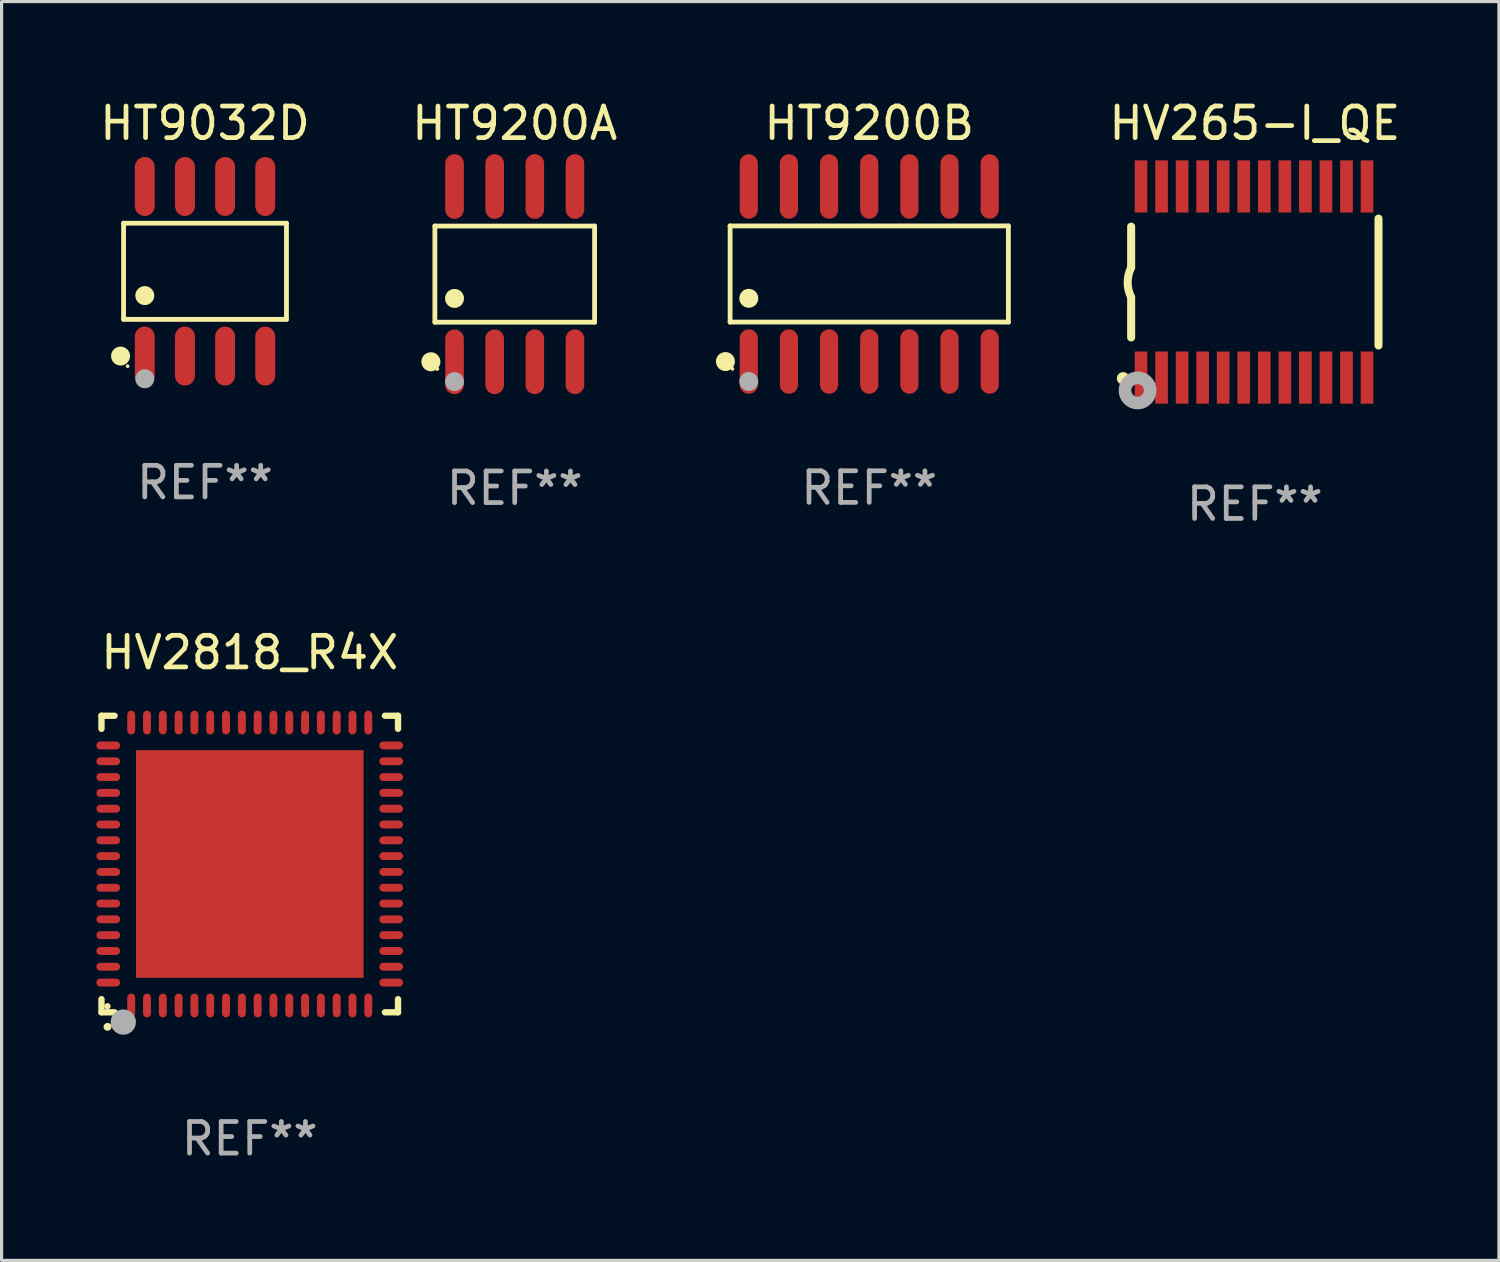
<source format=kicad_pcb>
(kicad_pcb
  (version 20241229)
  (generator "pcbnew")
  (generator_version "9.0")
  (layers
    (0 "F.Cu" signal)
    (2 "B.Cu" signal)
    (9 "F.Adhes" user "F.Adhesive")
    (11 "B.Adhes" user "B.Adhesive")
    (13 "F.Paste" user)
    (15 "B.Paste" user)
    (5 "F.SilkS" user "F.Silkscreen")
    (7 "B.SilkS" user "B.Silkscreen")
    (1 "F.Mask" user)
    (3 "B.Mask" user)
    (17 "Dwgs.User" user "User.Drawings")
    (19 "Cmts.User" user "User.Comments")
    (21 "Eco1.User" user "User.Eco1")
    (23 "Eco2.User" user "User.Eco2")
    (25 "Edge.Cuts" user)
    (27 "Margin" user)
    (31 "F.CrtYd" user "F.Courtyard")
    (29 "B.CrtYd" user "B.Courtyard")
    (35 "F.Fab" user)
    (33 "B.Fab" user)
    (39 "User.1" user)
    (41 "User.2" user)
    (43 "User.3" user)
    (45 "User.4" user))
  (footprint "HV2818_R4X"
    (layer "F.Cu")
    (at 4.85 24.28)
    (property "Reference" "HV2818_R4X" (at 0 -6.69 0) (layer "F.SilkS") (effects (font (size 1 1) (thickness 0.15))))
    (attr through_hole)
    (fp_line (start -4.69 -4.69) (end -4.275 -4.69) (stroke (width 0.2) (type solid)) (layer "F.SilkS"))
    (fp_line (start -4.69 -4.275) (end -4.69 -4.69) (stroke (width 0.2) (type solid)) (layer "F.SilkS"))
    (fp_line (start -4.69 4.69) (end -4.69 4.275) (stroke (width 0.2) (type solid)) (layer "F.SilkS"))
    (fp_line (start -4.275 4.69) (end -4.69 4.69) (stroke (width 0.2) (type solid)) (layer "F.SilkS"))
    (fp_line (start 4.275 4.69) (end 4.69 4.69) (stroke (width 0.2) (type solid)) (layer "F.SilkS"))
    (fp_line (start 4.69 -4.69) (end 4.275 -4.69) (stroke (width 0.2) (type solid)) (layer "F.SilkS"))
    (fp_line (start 4.69 -4.275) (end 4.69 -4.69) (stroke (width 0.2) (type solid)) (layer "F.SilkS"))
    (fp_line (start 4.69 4.69) (end 4.69 4.275) (stroke (width 0.2) (type solid)) (layer "F.SilkS"))
    (fp_arc (start -4.499886 5.15) (mid -4.498616 5.149994) (end -4.497346 5.15) (stroke (width 0.24892) (type solid)) (layer "F.SilkS"))
    (fp_circle (center -4.5 4.5) (end -4.45 4.5) (stroke (width 0.1) (type solid)) (fill no) (layer "F.SilkS"))
    (fp_circle (center -4 5) (end -3.8 5) (stroke (width 0.4) (type solid)) (fill no) (layer "F.Fab"))
    (fp_text user "REF**" (at 0 8.69 0) (layer "F.Fab") (effects (font (size 1 1) (thickness 0.15))))
    (pad "1" smd oval (at -3.75 4.475) (size 0.25 0.75) (layers "F.Cu" "F.Mask" "F.Paste"))
    (pad "2" smd oval (at -3.25 4.475) (size 0.25 0.75) (layers "F.Cu" "F.Mask" "F.Paste"))
    (pad "3" smd oval (at -2.75 4.475) (size 0.25 0.75) (layers "F.Cu" "F.Mask" "F.Paste"))
    (pad "4" smd oval (at -2.25 4.475) (size 0.25 0.75) (layers "F.Cu" "F.Mask" "F.Paste"))
    (pad "5" smd oval (at -1.75 4.475) (size 0.25 0.75) (layers "F.Cu" "F.Mask" "F.Paste"))
    (pad "6" smd oval (at -1.25 4.475) (size 0.25 0.75) (layers "F.Cu" "F.Mask" "F.Paste"))
    (pad "7" smd oval (at -0.75 4.475) (size 0.25 0.75) (layers "F.Cu" "F.Mask" "F.Paste"))
    (pad "8" smd oval (at -0.25 4.475) (size 0.25 0.75) (layers "F.Cu" "F.Mask" "F.Paste"))
    (pad "9" smd oval (at 0.25 4.475) (size 0.25 0.75) (layers "F.Cu" "F.Mask" "F.Paste"))
    (pad "10" smd oval (at 0.75 4.475) (size 0.25 0.75) (layers "F.Cu" "F.Mask" "F.Paste"))
    (pad "11" smd oval (at 1.25 4.475) (size 0.25 0.75) (layers "F.Cu" "F.Mask" "F.Paste"))
    (pad "12" smd oval (at 1.75 4.475) (size 0.25 0.75) (layers "F.Cu" "F.Mask" "F.Paste"))
    (pad "13" smd oval (at 2.25 4.475) (size 0.25 0.75) (layers "F.Cu" "F.Mask" "F.Paste"))
    (pad "14" smd oval (at 2.75 4.475) (size 0.25 0.75) (layers "F.Cu" "F.Mask" "F.Paste"))
    (pad "15" smd oval (at 3.25 4.475) (size 0.25 0.75) (layers "F.Cu" "F.Mask" "F.Paste"))
    (pad "16" smd oval (at 3.75 4.475) (size 0.25 0.75) (layers "F.Cu" "F.Mask" "F.Paste"))
    (pad "17" smd oval (at 4.475 3.75) (size 0.75 0.25) (layers "F.Cu" "F.Mask" "F.Paste"))
    (pad "18" smd oval (at 4.475 3.25) (size 0.75 0.25) (layers "F.Cu" "F.Mask" "F.Paste"))
    (pad "19" smd oval (at 4.475 2.75) (size 0.75 0.25) (layers "F.Cu" "F.Mask" "F.Paste"))
    (pad "20" smd oval (at 4.475 2.25) (size 0.75 0.25) (layers "F.Cu" "F.Mask" "F.Paste"))
    (pad "21" smd oval (at 4.475 1.75) (size 0.75 0.25) (layers "F.Cu" "F.Mask" "F.Paste"))
    (pad "22" smd oval (at 4.475 1.25) (size 0.75 0.25) (layers "F.Cu" "F.Mask" "F.Paste"))
    (pad "23" smd oval (at 4.475 0.75) (size 0.75 0.25) (layers "F.Cu" "F.Mask" "F.Paste"))
    (pad "24" smd oval (at 4.475 0.25) (size 0.75 0.25) (layers "F.Cu" "F.Mask" "F.Paste"))
    (pad "25" smd oval (at 4.475 -0.25) (size 0.75 0.25) (layers "F.Cu" "F.Mask" "F.Paste"))
    (pad "26" smd oval (at 4.475 -0.75) (size 0.75 0.25) (layers "F.Cu" "F.Mask" "F.Paste"))
    (pad "27" smd oval (at 4.475 -1.25) (size 0.75 0.25) (layers "F.Cu" "F.Mask" "F.Paste"))
    (pad "28" smd oval (at 4.475 -1.75) (size 0.75 0.25) (layers "F.Cu" "F.Mask" "F.Paste"))
    (pad "29" smd oval (at 4.475 -2.25) (size 0.75 0.25) (layers "F.Cu" "F.Mask" "F.Paste"))
    (pad "30" smd oval (at 4.475 -2.75) (size 0.75 0.25) (layers "F.Cu" "F.Mask" "F.Paste"))
    (pad "31" smd oval (at 4.475 -3.25) (size 0.75 0.25) (layers "F.Cu" "F.Mask" "F.Paste"))
    (pad "32" smd oval (at 4.475 -3.75) (size 0.75 0.25) (layers "F.Cu" "F.Mask" "F.Paste"))
    (pad "33" smd oval (at 3.75 -4.475) (size 0.25 0.75) (layers "F.Cu" "F.Mask" "F.Paste"))
    (pad "34" smd oval (at 3.25 -4.475) (size 0.25 0.75) (layers "F.Cu" "F.Mask" "F.Paste"))
    (pad "35" smd oval (at 2.75 -4.475) (size 0.25 0.75) (layers "F.Cu" "F.Mask" "F.Paste"))
    (pad "36" smd oval (at 2.25 -4.475) (size 0.25 0.75) (layers "F.Cu" "F.Mask" "F.Paste"))
    (pad "37" smd oval (at 1.75 -4.475) (size 0.25 0.75) (layers "F.Cu" "F.Mask" "F.Paste"))
    (pad "38" smd oval (at 1.25 -4.475) (size 0.25 0.75) (layers "F.Cu" "F.Mask" "F.Paste"))
    (pad "39" smd oval (at 0.75 -4.475) (size 0.25 0.75) (layers "F.Cu" "F.Mask" "F.Paste"))
    (pad "40" smd oval (at 0.25 -4.475) (size 0.25 0.75) (layers "F.Cu" "F.Mask" "F.Paste"))
    (pad "41" smd oval (at -0.25 -4.475) (size 0.25 0.75) (layers "F.Cu" "F.Mask" "F.Paste"))
    (pad "42" smd oval (at -0.75 -4.475) (size 0.25 0.75) (layers "F.Cu" "F.Mask" "F.Paste"))
    (pad "43" smd oval (at -1.25 -4.475) (size 0.25 0.75) (layers "F.Cu" "F.Mask" "F.Paste"))
    (pad "44" smd oval (at -1.75 -4.475) (size 0.25 0.75) (layers "F.Cu" "F.Mask" "F.Paste"))
    (pad "45" smd oval (at -2.25 -4.475) (size 0.25 0.75) (layers "F.Cu" "F.Mask" "F.Paste"))
    (pad "46" smd oval (at -2.75 -4.475) (size 0.25 0.75) (layers "F.Cu" "F.Mask" "F.Paste"))
    (pad "47" smd oval (at -3.25 -4.475) (size 0.25 0.75) (layers "F.Cu" "F.Mask" "F.Paste"))
    (pad "48" smd oval (at -3.75 -4.475) (size 0.25 0.75) (layers "F.Cu" "F.Mask" "F.Paste"))
    (pad "49" smd oval (at -4.475 -3.75) (size 0.75 0.25) (layers "F.Cu" "F.Mask" "F.Paste"))
    (pad "50" smd oval (at -4.475 -3.25) (size 0.75 0.25) (layers "F.Cu" "F.Mask" "F.Paste"))
    (pad "51" smd oval (at -4.475 -2.75) (size 0.75 0.25) (layers "F.Cu" "F.Mask" "F.Paste"))
    (pad "52" smd oval (at -4.475 -2.25) (size 0.75 0.25) (layers "F.Cu" "F.Mask" "F.Paste"))
    (pad "53" smd oval (at -4.475 -1.75) (size 0.75 0.25) (layers "F.Cu" "F.Mask" "F.Paste"))
    (pad "54" smd oval (at -4.475 -1.25) (size 0.75 0.25) (layers "F.Cu" "F.Mask" "F.Paste"))
    (pad "55" smd oval (at -4.475 -0.75) (size 0.75 0.25) (layers "F.Cu" "F.Mask" "F.Paste"))
    (pad "56" smd oval (at -4.475 -0.25) (size 0.75 0.25) (layers "F.Cu" "F.Mask" "F.Paste"))
    (pad "57" smd oval (at -4.475 0.25) (size 0.75 0.25) (layers "F.Cu" "F.Mask" "F.Paste"))
    (pad "58" smd oval (at -4.475 0.75) (size 0.75 0.25) (layers "F.Cu" "F.Mask" "F.Paste"))
    (pad "59" smd oval (at -4.475 1.25) (size 0.75 0.25) (layers "F.Cu" "F.Mask" "F.Paste"))
    (pad "60" smd oval (at -4.475 1.75) (size 0.75 0.25) (layers "F.Cu" "F.Mask" "F.Paste"))
    (pad "61" smd oval (at -4.475 2.25) (size 0.75 0.25) (layers "F.Cu" "F.Mask" "F.Paste"))
    (pad "62" smd oval (at -4.475 2.75) (size 0.75 0.25) (layers "F.Cu" "F.Mask" "F.Paste"))
    (pad "63" smd oval (at -4.475 3.25) (size 0.75 0.25) (layers "F.Cu" "F.Mask" "F.Paste"))
    (pad "64" smd oval (at -4.475 3.75) (size 0.75 0.25) (layers "F.Cu" "F.Mask" "F.Paste"))
    (pad "65" smd rect (at 0.000368 0.000013) (size 7.2 7.2) (layers "F.Cu" "F.Mask" "F.Paste")))
  (footprint "HV265-I_QE"
    (layer "F.Cu")
    (at 36.642 5.871)
    (property "Reference" "HV265-I_QE" (at 0 -5.023 0) (layer "F.SilkS") (effects (font (size 1 1) (thickness 0.15))))
    (attr through_hole)
    (fp_line (start -3.912 -0.483) (end -3.912 -1.753) (stroke (width 0.254) (type solid)) (layer "F.SilkS"))
    (fp_line (start -3.912 1.753) (end -3.912 0.483) (stroke (width 0.254) (type solid)) (layer "F.SilkS"))
    (fp_line (start 3.912 -2.007) (end 3.912 2.007) (stroke (width 0.254) (type solid)) (layer "F.SilkS"))
    (fp_arc (start -3.911608 0.482601) (mid -4.022537 0.0127) (end -3.911608 -0.457201) (stroke (width 0.254001) (type solid)) (layer "F.SilkS"))
    (fp_circle (center -4.166 3.048) (end -4.066 3.048) (stroke (width 0.2) (type solid)) (fill no) (layer "F.SilkS"))
    (fp_circle (center -3.925 3.186) (end -3.895 3.186) (stroke (width 0.06) (type solid)) (fill no) (layer "F.SilkS"))
    (fp_circle (center -3.708 3.429) (end -3.509 3.429) (stroke (width 0.4) (type solid)) (fill no) (layer "F.Fab"))
    (fp_text user "REF**" (at 0 7.023 0) (layer "F.Fab") (effects (font (size 1 1) (thickness 0.15))))
    (pad "1" smd rect (at -3.6 3.023) (size 0.4 1.65) (layers "F.Cu" "F.Mask" "F.Paste"))
    (pad "2" smd rect (at -2.95 3.023) (size 0.4 1.65) (layers "F.Cu" "F.Mask" "F.Paste"))
    (pad "3" smd rect (at -2.3 3.023) (size 0.4 1.65) (layers "F.Cu" "F.Mask" "F.Paste"))
    (pad "4" smd rect (at -1.65 3.023) (size 0.4 1.65) (layers "F.Cu" "F.Mask" "F.Paste"))
    (pad "5" smd rect (at -1 3.023) (size 0.4 1.65) (layers "F.Cu" "F.Mask" "F.Paste"))
    (pad "6" smd rect (at -0.35 3.023) (size 0.4 1.65) (layers "F.Cu" "F.Mask" "F.Paste"))
    (pad "7" smd rect (at 0.299 3.023) (size 0.4 1.65) (layers "F.Cu" "F.Mask" "F.Paste"))
    (pad "8" smd rect (at 0.95 3.023) (size 0.4 1.65) (layers "F.Cu" "F.Mask" "F.Paste"))
    (pad "9" smd rect (at 1.6 3.023) (size 0.4 1.65) (layers "F.Cu" "F.Mask" "F.Paste"))
    (pad "10" smd rect (at 2.25 3.023) (size 0.4 1.65) (layers "F.Cu" "F.Mask" "F.Paste"))
    (pad "11" smd rect (at 2.9 3.023) (size 0.4 1.65) (layers "F.Cu" "F.Mask" "F.Paste"))
    (pad "12" smd rect (at 3.549 3.023) (size 0.4 1.65) (layers "F.Cu" "F.Mask" "F.Paste"))
    (pad "13" smd rect (at 3.549 -3.023) (size 0.4 1.65) (layers "F.Cu" "F.Mask" "F.Paste"))
    (pad "14" smd rect (at 2.9 -3.023) (size 0.4 1.65) (layers "F.Cu" "F.Mask" "F.Paste"))
    (pad "15" smd rect (at 2.25 -3.023) (size 0.4 1.65) (layers "F.Cu" "F.Mask" "F.Paste"))
    (pad "16" smd rect (at 1.6 -3.023) (size 0.4 1.65) (layers "F.Cu" "F.Mask" "F.Paste"))
    (pad "17" smd rect (at 0.95 -3.023) (size 0.4 1.65) (layers "F.Cu" "F.Mask" "F.Paste"))
    (pad "18" smd rect (at 0.299 -3.023) (size 0.4 1.65) (layers "F.Cu" "F.Mask" "F.Paste"))
    (pad "19" smd rect (at -0.35 -3.023) (size 0.4 1.65) (layers "F.Cu" "F.Mask" "F.Paste"))
    (pad "20" smd rect (at -1 -3.023) (size 0.4 1.65) (layers "F.Cu" "F.Mask" "F.Paste"))
    (pad "21" smd rect (at -1.65 -3.023) (size 0.4 1.65) (layers "F.Cu" "F.Mask" "F.Paste"))
    (pad "22" smd rect (at -2.3 -3.023) (size 0.4 1.65) (layers "F.Cu" "F.Mask" "F.Paste"))
    (pad "23" smd rect (at -2.95 -3.023) (size 0.4 1.65) (layers "F.Cu" "F.Mask" "F.Paste"))
    (pad "24" smd rect (at -3.6 -3.023) (size 0.4 1.65) (layers "F.Cu" "F.Mask" "F.Paste")))
  (footprint "HT9032D"
    (layer "F.Cu")
    (at 3.435 5.531)
    (property "Reference" "HT9032D" (at 0 -4.682 0) (layer "F.SilkS") (effects (font (size 1 1) (thickness 0.15))))
    (attr through_hole)
    (fp_line (start -2.576 -1.521) (end 2.576 -1.521) (stroke (width 0.152) (type solid)) (layer "F.SilkS"))
    (fp_line (start -2.576 1.521) (end -2.576 -1.521) (stroke (width 0.152) (type solid)) (layer "F.SilkS"))
    (fp_line (start 2.576 -1.521) (end 2.576 1.521) (stroke (width 0.152) (type solid)) (layer "F.SilkS"))
    (fp_line (start 2.576 1.521) (end -2.576 1.521) (stroke (width 0.152) (type solid)) (layer "F.SilkS"))
    (fp_circle (center -2.672 2.682) (end -2.522 2.682) (stroke (width 0.3) (type solid)) (fill no) (layer "F.SilkS"))
    (fp_circle (center -2.45 3) (end -2.42 3) (stroke (width 0.06) (type solid)) (fill no) (layer "F.SilkS"))
    (fp_circle (center -1.905 0.769) (end -1.755 0.769) (stroke (width 0.3) (type solid)) (fill no) (layer "F.SilkS"))
    (fp_circle (center -1.905 3.4) (end -1.755 3.4) (stroke (width 0.3) (type solid)) (fill no) (layer "F.Fab"))
    (fp_text user "REF**" (at 0 6.682 0) (layer "F.Fab") (effects (font (size 1 1) (thickness 0.15))))
    (pad "1" smd oval (at -1.905 2.682) (size 0.63 1.865) (layers "F.Cu" "F.Mask" "F.Paste"))
    (pad "2" smd oval (at -0.635 2.682) (size 0.63 1.865) (layers "F.Cu" "F.Mask" "F.Paste"))
    (pad "3" smd oval (at 0.635 2.682) (size 0.63 1.865) (layers "F.Cu" "F.Mask" "F.Paste"))
    (pad "4" smd oval (at 1.905 2.682) (size 0.63 1.865) (layers "F.Cu" "F.Mask" "F.Paste"))
    (pad "5" smd oval (at 1.905 -2.682) (size 0.63 1.865) (layers "F.Cu" "F.Mask" "F.Paste"))
    (pad "6" smd oval (at 0.635 -2.682) (size 0.63 1.865) (layers "F.Cu" "F.Mask" "F.Paste"))
    (pad "7" smd oval (at -0.635 -2.682) (size 0.63 1.865) (layers "F.Cu" "F.Mask" "F.Paste"))
    (pad "8" smd oval (at -1.905 -2.682) (size 0.63 1.865) (layers "F.Cu" "F.Mask" "F.Paste")))
  (footprint "HT9200A"
    (layer "F.Cu")
    (at 13.232 5.621)
    (property "Reference" "HT9200A" (at 0 -4.772 0) (layer "F.SilkS") (effects (font (size 1 1) (thickness 0.15))))
    (attr through_hole)
    (fp_line (start -2.526 -1.521) (end 2.526 -1.521) (stroke (width 0.152) (type solid)) (layer "F.SilkS"))
    (fp_line (start -2.526 1.521) (end -2.526 -1.521) (stroke (width 0.152) (type solid)) (layer "F.SilkS"))
    (fp_line (start 2.526 -1.521) (end 2.526 1.521) (stroke (width 0.152) (type solid)) (layer "F.SilkS"))
    (fp_line (start 2.526 1.521) (end -2.526 1.521) (stroke (width 0.152) (type solid)) (layer "F.SilkS"))
    (fp_circle (center -2.652 2.772) (end -2.501 2.772) (stroke (width 0.3) (type solid)) (fill no) (layer "F.SilkS"))
    (fp_circle (center -2.45 3) (end -2.42 3) (stroke (width 0.06) (type solid)) (fill no) (layer "F.SilkS"))
    (fp_circle (center -1.905 0.769) (end -1.755 0.769) (stroke (width 0.3) (type solid)) (fill no) (layer "F.SilkS"))
    (fp_circle (center -1.905 3.4) (end -1.755 3.4) (stroke (width 0.3) (type solid)) (fill no) (layer "F.Fab"))
    (fp_text user "REF**" (at 0 6.772 0) (layer "F.Fab") (effects (font (size 1 1) (thickness 0.15))))
    (pad "1" smd oval (at -1.905 2.772) (size 0.588 2.045) (layers "F.Cu" "F.Mask" "F.Paste"))
    (pad "2" smd oval (at -0.635 2.772) (size 0.588 2.045) (layers "F.Cu" "F.Mask" "F.Paste"))
    (pad "3" smd oval (at 0.635 2.772) (size 0.588 2.045) (layers "F.Cu" "F.Mask" "F.Paste"))
    (pad "4" smd oval (at 1.905 2.772) (size 0.588 2.045) (layers "F.Cu" "F.Mask" "F.Paste"))
    (pad "5" smd oval (at 1.905 -2.772) (size 0.588 2.045) (layers "F.Cu" "F.Mask" "F.Paste"))
    (pad "6" smd oval (at 0.635 -2.772) (size 0.588 2.045) (layers "F.Cu" "F.Mask" "F.Paste"))
    (pad "7" smd oval (at -0.635 -2.772) (size 0.588 2.045) (layers "F.Cu" "F.Mask" "F.Paste"))
    (pad "8" smd oval (at -1.905 -2.772) (size 0.588 2.045) (layers "F.Cu" "F.Mask" "F.Paste")))
  (footprint "HT9200B"
    (layer "F.Cu")
    (at 24.445 5.617)
    (property "Reference" "HT9200B" (at 0 -4.769 0) (layer "F.SilkS") (effects (font (size 1 1) (thickness 0.15))))
    (attr through_hole)
    (fp_line (start -4.401 -1.521) (end 4.401 -1.521) (stroke (width 0.152) (type solid)) (layer "F.SilkS"))
    (fp_line (start -4.401 1.521) (end -4.401 -1.521) (stroke (width 0.152) (type solid)) (layer "F.SilkS"))
    (fp_line (start 4.401 -1.521) (end 4.401 1.521) (stroke (width 0.152) (type solid)) (layer "F.SilkS"))
    (fp_line (start 4.401 1.521) (end -4.401 1.521) (stroke (width 0.152) (type solid)) (layer "F.SilkS"))
    (fp_circle (center -4.549 2.769) (end -4.399 2.769) (stroke (width 0.3) (type solid)) (fill no) (layer "F.SilkS"))
    (fp_circle (center -4.325 3) (end -4.295 3) (stroke (width 0.06) (type solid)) (fill no) (layer "F.SilkS"))
    (fp_circle (center -3.81 0.769) (end -3.66 0.769) (stroke (width 0.3) (type solid)) (fill no) (layer "F.SilkS"))
    (fp_circle (center -3.81 3.4) (end -3.66 3.4) (stroke (width 0.3) (type solid)) (fill no) (layer "F.Fab"))
    (fp_text user "REF**" (at 0 6.769 0) (layer "F.Fab") (effects (font (size 1 1) (thickness 0.15))))
    (pad "1" smd oval (at -3.81 2.769) (size 0.574 2.038) (layers "F.Cu" "F.Mask" "F.Paste"))
    (pad "2" smd oval (at -2.54 2.769) (size 0.574 2.038) (layers "F.Cu" "F.Mask" "F.Paste"))
    (pad "3" smd oval (at -1.27 2.769) (size 0.574 2.038) (layers "F.Cu" "F.Mask" "F.Paste"))
    (pad "4" smd oval (at 0 2.769) (size 0.574 2.038) (layers "F.Cu" "F.Mask" "F.Paste"))
    (pad "5" smd oval (at 1.27 2.769) (size 0.574 2.038) (layers "F.Cu" "F.Mask" "F.Paste"))
    (pad "6" smd oval (at 2.54 2.769) (size 0.574 2.038) (layers "F.Cu" "F.Mask" "F.Paste"))
    (pad "7" smd oval (at 3.81 2.769) (size 0.574 2.038) (layers "F.Cu" "F.Mask" "F.Paste"))
    (pad "8" smd oval (at 3.81 -2.769) (size 0.574 2.038) (layers "F.Cu" "F.Mask" "F.Paste"))
    (pad "9" smd oval (at 2.54 -2.769) (size 0.574 2.038) (layers "F.Cu" "F.Mask" "F.Paste"))
    (pad "10" smd oval (at 1.27 -2.769) (size 0.574 2.038) (layers "F.Cu" "F.Mask" "F.Paste"))
    (pad "11" smd oval (at 0 -2.769) (size 0.574 2.038) (layers "F.Cu" "F.Mask" "F.Paste"))
    (pad "12" smd oval (at -1.27 -2.769) (size 0.574 2.038) (layers "F.Cu" "F.Mask" "F.Paste"))
    (pad "13" smd oval (at -2.54 -2.769) (size 0.574 2.038) (layers "F.Cu" "F.Mask" "F.Paste"))
    (pad "14" smd oval (at -3.81 -2.769) (size 0.574 2.038) (layers "F.Cu" "F.Mask" "F.Paste")))
  (gr_rect
    (start -3 -3)
    (end 44.363 36.818)
    (stroke (width 0.1) (type default))
    (fill no)
    (layer "Edge.Cuts")))
</source>
